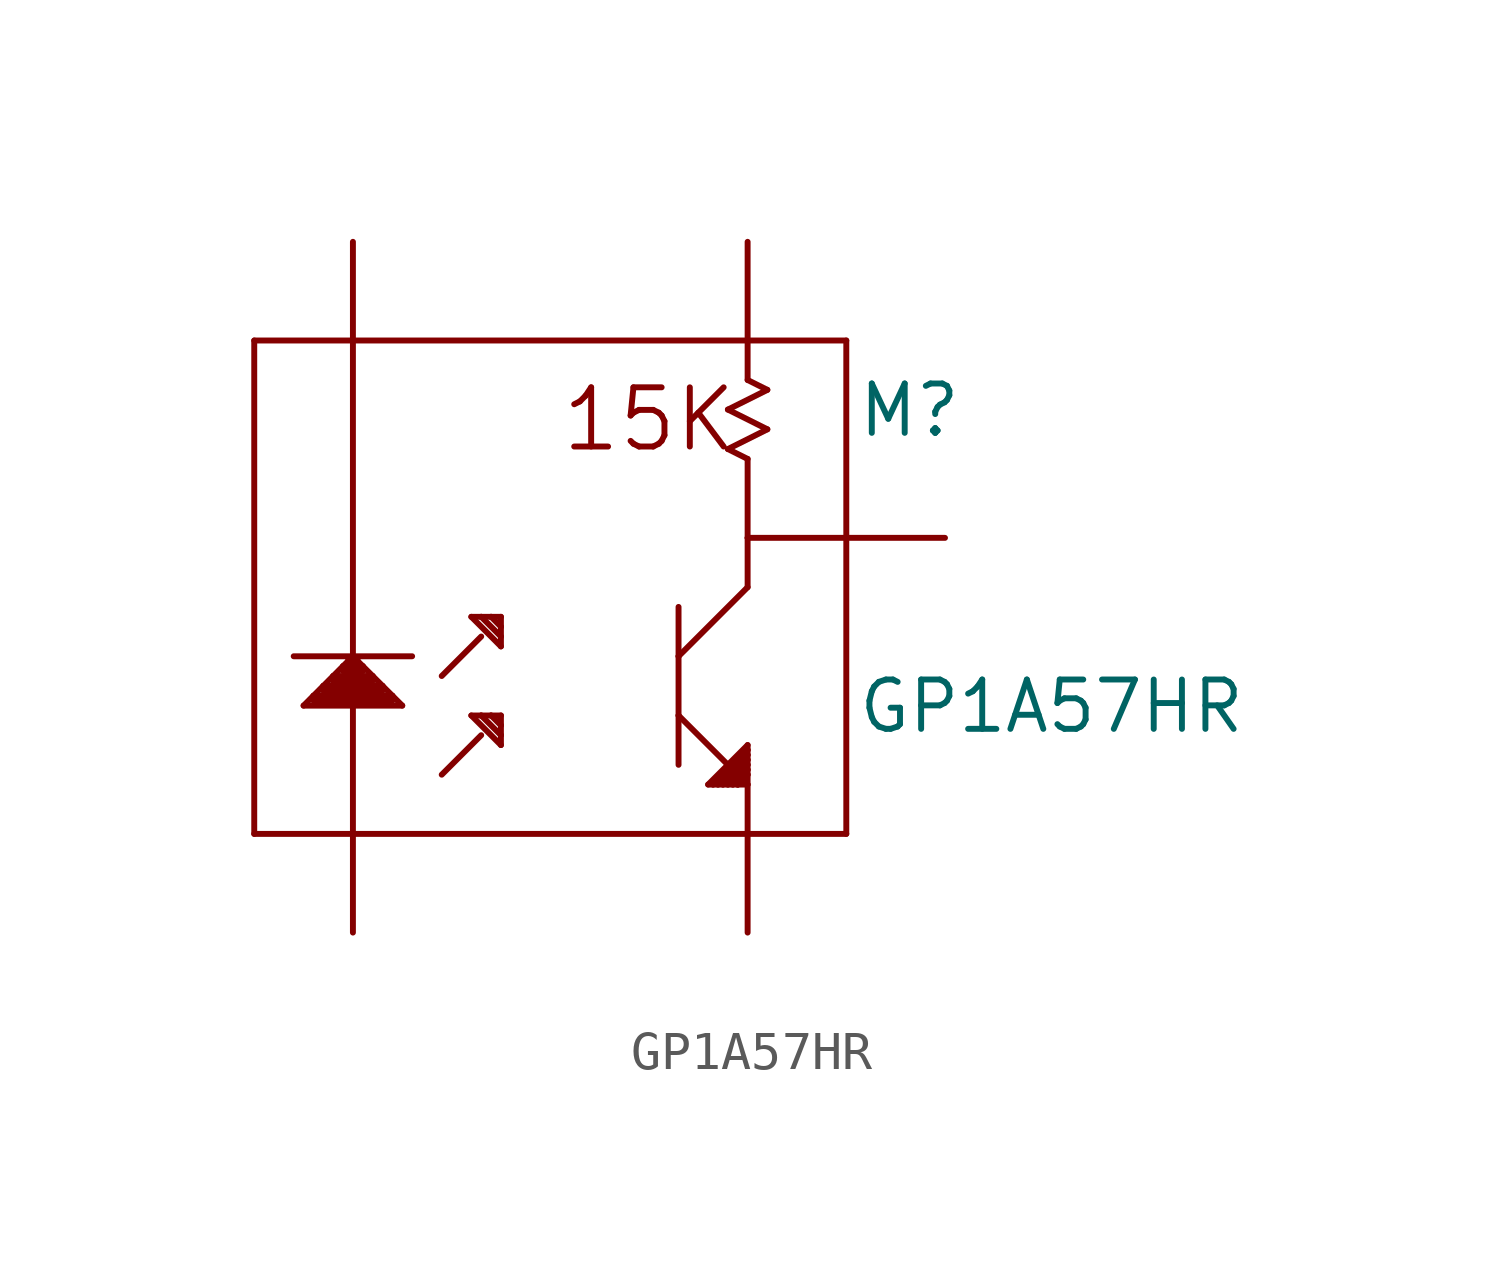
<source format=kicad_sym>
(kicad_symbol_lib
  (version 20211014)
  (generator kicad_symbol_editor)
  (symbol "GP1A57HR"
    (pin_numbers hide)
    (pin_names
      (offset 1.016) hide)
    (property "Reference" "M"
      (at 7.874 7.62 0)
      (effects (font (size 1.27 1.27)) (justify left bottom)))
    (property "Value" "GP1A57HR"
      (at 7.874 0 0)
      (effects (font (size 1.27 1.27)) (justify left bottom)))
    (property "ki_locked" ""
      (at 0 0 0)
      (effects (font (size 1.27 1.27))))
    (symbol "GP1A57HR_1_0"
      (polyline (pts (xy -7.62 -2.54) (xy -7.62 10.16)) (stroke (width 0) (type default) (color 0 0 0 0)) (fill (type none)))
      (polyline (pts (xy -7.62 10.16) (xy 5.08 10.16)) (stroke (width 0) (type default) (color 0 0 0 0)) (fill (type none)))
      (polyline (pts (xy -6.096 0.889) (xy -4.064 0.889)) (stroke (width 0) (type default) (color 0 0 0 0)) (fill (type none)))
      (polyline (pts (xy -6.096 1.016) (xy -6.35 0.762)) (stroke (width 0) (type default) (color 0 0 0 0)) (fill (type none)))
      (polyline (pts (xy -5.842 1.27) (xy -6.096 1.016)) (stroke (width 0) (type default) (color 0 0 0 0)) (fill (type none)))
      (polyline (pts (xy -5.842 1.27) (xy -4.318 1.27)) (stroke (width 0) (type default) (color 0 0 0 0)) (fill (type none)))
      (polyline (pts (xy -5.588 1.397) (xy -4.572 1.397)) (stroke (width 0) (type default) (color 0 0 0 0)) (fill (type none)))
      (polyline (pts (xy -5.588 1.524) (xy -5.842 1.27)) (stroke (width 0) (type default) (color 0 0 0 0)) (fill (type none)))
      (polyline (pts (xy -5.334 1.778) (xy -5.588 1.524)) (stroke (width 0) (type default) (color 0 0 0 0)) (fill (type none)))
      (polyline (pts (xy -5.334 1.778) (xy -4.826 1.778)) (stroke (width 0) (type default) (color 0 0 0 0)) (fill (type none)))
      (polyline (pts (xy -5.207 1.905) (xy -5.334 1.778)) (stroke (width 0) (type default) (color 0 0 0 0)) (fill (type none)))
      (polyline (pts (xy -5.207 1.905) (xy -4.953 1.905)) (stroke (width 0) (type default) (color 0 0 0 0)) (fill (type none)))
      (polyline (pts (xy -5.08 -2.54) (xy -7.62 -2.54)) (stroke (width 0) (type default) (color 0 0 0 0)) (fill (type none)))
      (polyline (pts (xy -5.08 -2.54) (xy -5.08 0.762)) (stroke (width 0) (type default) (color 0 0 0 0)) (fill (type none)))
      (polyline (pts (xy -5.08 0.762) (xy -6.35 0.762)) (stroke (width 0) (type default) (color 0 0 0 0)) (fill (type none)))
      (polyline (pts (xy -5.08 2.032) (xy -6.604 2.032)) (stroke (width 0) (type default) (color 0 0 0 0)) (fill (type none)))
      (polyline (pts (xy -5.08 2.032) (xy -5.207 1.905)) (stroke (width 0) (type default) (color 0 0 0 0)) (fill (type none)))
      (polyline (pts (xy -5.08 2.032) (xy -5.08 10.16)) (stroke (width 0) (type default) (color 0 0 0 0)) (fill (type none)))
      (polyline (pts (xy -4.953 1.905) (xy -5.08 2.032)) (stroke (width 0) (type default) (color 0 0 0 0)) (fill (type none)))
      (polyline (pts (xy -4.826 1.651) (xy -5.334 1.651)) (stroke (width 0) (type default) (color 0 0 0 0)) (fill (type none)))
      (polyline (pts (xy -4.826 1.778) (xy -4.953 1.905)) (stroke (width 0) (type default) (color 0 0 0 0)) (fill (type none)))
      (polyline (pts (xy -4.572 1.524) (xy -5.588 1.524)) (stroke (width 0) (type default) (color 0 0 0 0)) (fill (type none)))
      (polyline (pts (xy -4.572 1.524) (xy -4.826 1.778)) (stroke (width 0) (type default) (color 0 0 0 0)) (fill (type none)))
      (polyline (pts (xy -4.318 1.143) (xy -5.842 1.143)) (stroke (width 0) (type default) (color 0 0 0 0)) (fill (type none)))
      (polyline (pts (xy -4.318 1.27) (xy -4.572 1.524)) (stroke (width 0) (type default) (color 0 0 0 0)) (fill (type none)))
      (polyline (pts (xy -4.064 1.016) (xy -6.096 1.016)) (stroke (width 0) (type default) (color 0 0 0 0)) (fill (type none)))
      (polyline (pts (xy -4.064 1.016) (xy -4.318 1.27)) (stroke (width 0) (type default) (color 0 0 0 0)) (fill (type none)))
      (polyline (pts (xy -3.81 0.762) (xy -5.08 0.762)) (stroke (width 0) (type default) (color 0 0 0 0)) (fill (type none)))
      (polyline (pts (xy -3.81 0.762) (xy -4.064 1.016)) (stroke (width 0) (type default) (color 0 0 0 0)) (fill (type none)))
      (polyline (pts (xy -3.556 2.032) (xy -5.08 2.032)) (stroke (width 0) (type default) (color 0 0 0 0)) (fill (type none)))
      (polyline (pts (xy -2.794 -1.016) (xy -1.778 0)) (stroke (width 0) (type default) (color 0 0 0 0)) (fill (type none)))
      (polyline (pts (xy -2.794 1.524) (xy -1.778 2.54)) (stroke (width 0) (type default) (color 0 0 0 0)) (fill (type none)))
      (polyline (pts (xy -2.032 0.508) (xy -1.27 -0.254)) (stroke (width 0) (type default) (color 0 0 0 0)) (fill (type none)))
      (polyline (pts (xy -2.032 3.048) (xy -1.27 2.286)) (stroke (width 0) (type default) (color 0 0 0 0)) (fill (type none)))
      (polyline (pts (xy -1.778 0.508) (xy -2.032 0.508)) (stroke (width 0) (type default) (color 0 0 0 0)) (fill (type none)))
      (polyline (pts (xy -1.778 0.508) (xy -1.27 0)) (stroke (width 0) (type default) (color 0 0 0 0)) (fill (type none)))
      (polyline (pts (xy -1.778 3.048) (xy -2.032 3.048)) (stroke (width 0) (type default) (color 0 0 0 0)) (fill (type none)))
      (polyline (pts (xy -1.778 3.048) (xy -1.27 2.54)) (stroke (width 0) (type default) (color 0 0 0 0)) (fill (type none)))
      (polyline (pts (xy -1.524 0.508) (xy -1.778 0.508)) (stroke (width 0) (type default) (color 0 0 0 0)) (fill (type none)))
      (polyline (pts (xy -1.524 0.508) (xy -1.27 0.254)) (stroke (width 0) (type default) (color 0 0 0 0)) (fill (type none)))
      (polyline (pts (xy -1.524 3.048) (xy -1.778 3.048)) (stroke (width 0) (type default) (color 0 0 0 0)) (fill (type none)))
      (polyline (pts (xy -1.524 3.048) (xy -1.27 2.794)) (stroke (width 0) (type default) (color 0 0 0 0)) (fill (type none)))
      (polyline (pts (xy -1.27 -0.254) (xy -1.27 0)) (stroke (width 0) (type default) (color 0 0 0 0)) (fill (type none)))
      (polyline (pts (xy -1.27 0) (xy -1.27 0.254)) (stroke (width 0) (type default) (color 0 0 0 0)) (fill (type none)))
      (polyline (pts (xy -1.27 0.254) (xy -1.27 0.508)) (stroke (width 0) (type default) (color 0 0 0 0)) (fill (type none)))
      (polyline (pts (xy -1.27 0.508) (xy -1.524 0.508)) (stroke (width 0) (type default) (color 0 0 0 0)) (fill (type none)))
      (polyline (pts (xy -1.27 2.286) (xy -1.27 2.54)) (stroke (width 0) (type default) (color 0 0 0 0)) (fill (type none)))
      (polyline (pts (xy -1.27 2.54) (xy -1.27 2.794)) (stroke (width 0) (type default) (color 0 0 0 0)) (fill (type none)))
      (polyline (pts (xy -1.27 2.794) (xy -1.27 3.048)) (stroke (width 0) (type default) (color 0 0 0 0)) (fill (type none)))
      (polyline (pts (xy -1.27 3.048) (xy -1.524 3.048)) (stroke (width 0) (type default) (color 0 0 0 0)) (fill (type none)))
      (polyline (pts (xy 3.302 0.508) (xy 3.302 -0.762)) (stroke (width 0) (type default) (color 0 0 0 0)) (fill (type none)))
      (polyline (pts (xy 3.302 0.508) (xy 4.572 -0.762)) (stroke (width 0) (type default) (color 0 0 0 0)) (fill (type none)))
      (polyline (pts (xy 3.302 2.032) (xy 3.302 0.508)) (stroke (width 0) (type default) (color 0 0 0 0)) (fill (type none)))
      (polyline (pts (xy 3.302 2.032) (xy 5.08 3.81)) (stroke (width 0) (type default) (color 0 0 0 0)) (fill (type none)))
      (polyline (pts (xy 3.302 3.302) (xy 3.302 2.032)) (stroke (width 0) (type default) (color 0 0 0 0)) (fill (type none)))
      (polyline (pts (xy 4.064 -1.27) (xy 4.191 -1.27)) (stroke (width 0) (type default) (color 0 0 0 0)) (fill (type none)))
      (polyline (pts (xy 4.191 -1.27) (xy 4.318 -1.27)) (stroke (width 0) (type default) (color 0 0 0 0)) (fill (type none)))
      (polyline (pts (xy 4.318 -1.27) (xy 4.445 -1.27)) (stroke (width 0) (type default) (color 0 0 0 0)) (fill (type none)))
      (polyline (pts (xy 4.445 -1.27) (xy 4.572 -1.27)) (stroke (width 0) (type default) (color 0 0 0 0)) (fill (type none)))
      (polyline (pts (xy 4.572 -1.27) (xy 4.699 -1.27)) (stroke (width 0) (type default) (color 0 0 0 0)) (fill (type none)))
      (polyline (pts (xy 4.572 7.366) (xy 5.08 7.112)) (stroke (width 0) (type default) (color 0 0 0 0)) (fill (type none)))
      (polyline (pts (xy 4.572 8.382) (xy 5.588 7.874)) (stroke (width 0) (type default) (color 0 0 0 0)) (fill (type none)))
      (polyline (pts (xy 4.699 -1.27) (xy 4.826 -1.27)) (stroke (width 0) (type default) (color 0 0 0 0)) (fill (type none)))
      (polyline (pts (xy 4.826 -1.27) (xy 5.08 -1.27)) (stroke (width 0) (type default) (color 0 0 0 0)) (fill (type none)))
      (polyline (pts (xy 4.953 -1.143) (xy 4.826 -1.27)) (stroke (width 0) (type default) (color 0 0 0 0)) (fill (type none)))
      (polyline (pts (xy 4.953 -1.016) (xy 4.826 -1.143)) (stroke (width 0) (type default) (color 0 0 0 0)) (fill (type none)))
      (polyline (pts (xy 4.953 -0.889) (xy 4.699 -1.143)) (stroke (width 0) (type default) (color 0 0 0 0)) (fill (type none)))
      (polyline (pts (xy 4.953 -0.762) (xy 4.572 -1.143)) (stroke (width 0) (type default) (color 0 0 0 0)) (fill (type none)))
      (polyline (pts (xy 4.953 -0.635) (xy 4.445 -1.143)) (stroke (width 0) (type default) (color 0 0 0 0)) (fill (type none)))
      (polyline (pts (xy 4.953 -0.508) (xy 4.318 -1.143)) (stroke (width 0) (type default) (color 0 0 0 0)) (fill (type none)))
      (polyline (pts (xy 5.08 -2.54) (xy -5.08 -2.54)) (stroke (width 0) (type default) (color 0 0 0 0)) (fill (type none)))
      (polyline (pts (xy 5.08 -2.54) (xy 5.08 -1.27)) (stroke (width 0) (type default) (color 0 0 0 0)) (fill (type none)))
      (polyline (pts (xy 5.08 -1.27) (xy 5.08 -1.016)) (stroke (width 0) (type default) (color 0 0 0 0)) (fill (type none)))
      (polyline (pts (xy 5.08 -1.016) (xy 4.826 -1.27)) (stroke (width 0) (type default) (color 0 0 0 0)) (fill (type none)))
      (polyline (pts (xy 5.08 -1.016) (xy 5.08 -0.889)) (stroke (width 0) (type default) (color 0 0 0 0)) (fill (type none)))
      (polyline (pts (xy 5.08 -0.889) (xy 4.699 -1.27)) (stroke (width 0) (type default) (color 0 0 0 0)) (fill (type none)))
      (polyline (pts (xy 5.08 -0.889) (xy 5.08 -0.762)) (stroke (width 0) (type default) (color 0 0 0 0)) (fill (type none)))
      (polyline (pts (xy 5.08 -0.762) (xy 4.572 -1.27)) (stroke (width 0) (type default) (color 0 0 0 0)) (fill (type none)))
      (polyline (pts (xy 5.08 -0.762) (xy 5.08 -0.635)) (stroke (width 0) (type default) (color 0 0 0 0)) (fill (type none)))
      (polyline (pts (xy 5.08 -0.635) (xy 4.445 -1.27)) (stroke (width 0) (type default) (color 0 0 0 0)) (fill (type none)))
      (polyline (pts (xy 5.08 -0.635) (xy 5.08 -0.508)) (stroke (width 0) (type default) (color 0 0 0 0)) (fill (type none)))
      (polyline (pts (xy 5.08 -0.508) (xy 4.318 -1.27)) (stroke (width 0) (type default) (color 0 0 0 0)) (fill (type none)))
      (polyline (pts (xy 5.08 -0.508) (xy 5.08 -0.381)) (stroke (width 0) (type default) (color 0 0 0 0)) (fill (type none)))
      (polyline (pts (xy 5.08 -0.381) (xy 4.191 -1.27)) (stroke (width 0) (type default) (color 0 0 0 0)) (fill (type none)))
      (polyline (pts (xy 5.08 -0.381) (xy 5.08 -0.254)) (stroke (width 0) (type default) (color 0 0 0 0)) (fill (type none)))
      (polyline (pts (xy 5.08 -0.254) (xy 4.064 -1.27)) (stroke (width 0) (type default) (color 0 0 0 0)) (fill (type none)))
      (polyline (pts (xy 5.08 5.08) (xy 5.08 3.81)) (stroke (width 0) (type default) (color 0 0 0 0)) (fill (type none)))
      (polyline (pts (xy 5.08 5.08) (xy 7.62 5.08)) (stroke (width 0) (type default) (color 0 0 0 0)) (fill (type none)))
      (polyline (pts (xy 5.08 7.112) (xy 5.08 5.08)) (stroke (width 0) (type default) (color 0 0 0 0)) (fill (type none)))
      (polyline (pts (xy 5.08 9.144) (xy 5.588 8.89)) (stroke (width 0) (type default) (color 0 0 0 0)) (fill (type none)))
      (polyline (pts (xy 5.08 10.16) (xy 5.08 9.144)) (stroke (width 0) (type default) (color 0 0 0 0)) (fill (type none)))
      (polyline (pts (xy 5.08 10.16) (xy 7.62 10.16)) (stroke (width 0) (type default) (color 0 0 0 0)) (fill (type none)))
      (polyline (pts (xy 5.588 7.874) (xy 4.572 7.366)) (stroke (width 0) (type default) (color 0 0 0 0)) (fill (type none)))
      (polyline (pts (xy 5.588 8.89) (xy 4.572 8.382)) (stroke (width 0) (type default) (color 0 0 0 0)) (fill (type none)))
      (polyline (pts (xy 7.62 -2.54) (xy 5.08 -2.54)) (stroke (width 0) (type default) (color 0 0 0 0)) (fill (type none)))
      (polyline (pts (xy 7.62 5.08) (xy 7.62 -2.54)) (stroke (width 0) (type default) (color 0 0 0 0)) (fill (type none)))
      (polyline (pts (xy 7.62 10.16) (xy 7.62 5.08)) (stroke (width 0) (type default) (color 0 0 0 0)) (fill (type none)))
      (text "15K" (at 2.54 8.128 0) (effects (font (size 1.524 1.524)))))
    (symbol "GP1A57HR_1_1"
      (pin bidirectional line (at -5.08 -5.08 90) (length 2.54) (name "1" (effects (font (size 1.016 1.016)))) (number "1" (effects (font (size 1.016 1.016)))))
      (pin bidirectional line (at -5.08 12.7 270) (length 2.54) (name "2" (effects (font (size 1.016 1.016)))) (number "2" (effects (font (size 1.016 1.016)))))
      (pin bidirectional line (at 5.08 12.7 270) (length 2.54) (name "3" (effects (font (size 1.016 1.016)))) (number "3" (effects (font (size 1.016 1.016)))))
      (pin bidirectional line (at 10.16 5.08 180) (length 2.54) (name "4" (effects (font (size 1.016 1.016)))) (number "4" (effects (font (size 1.016 1.016)))))
      (pin bidirectional line (at 5.08 -5.08 90) (length 2.54) (name "5" (effects (font (size 1.016 1.016)))) (number "5" (effects (font (size 1.016 1.016))))))))
</source>
